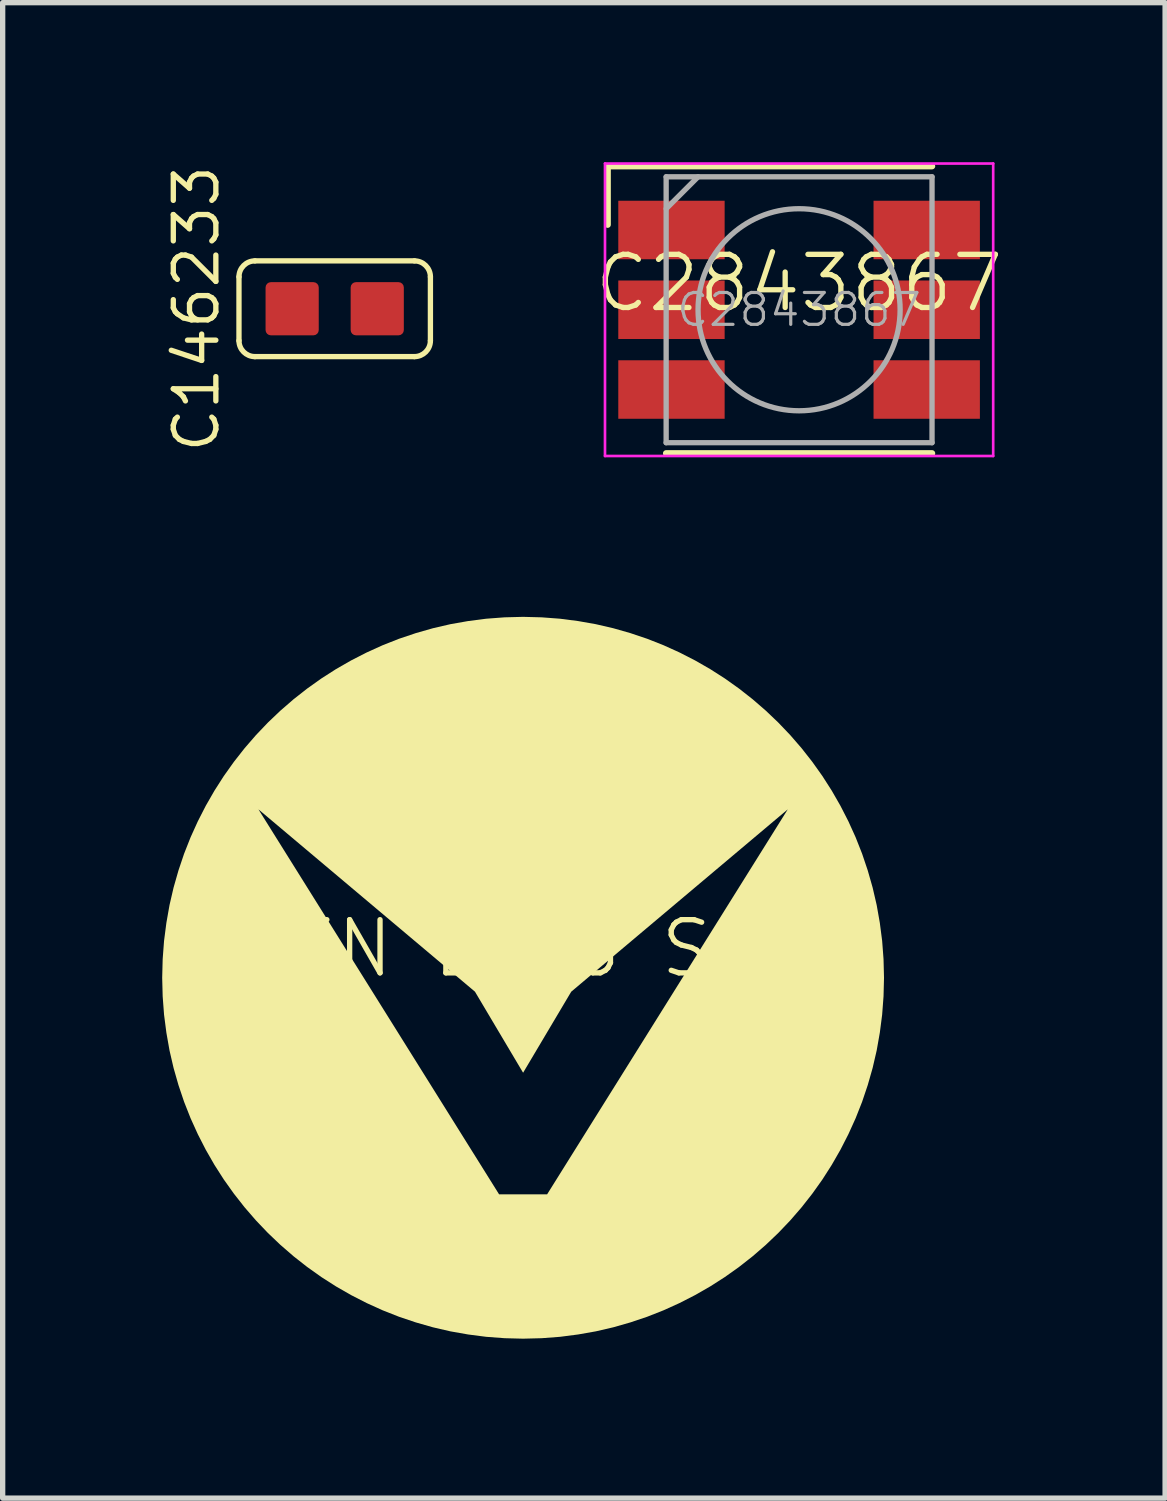
<source format=kicad_pcb>
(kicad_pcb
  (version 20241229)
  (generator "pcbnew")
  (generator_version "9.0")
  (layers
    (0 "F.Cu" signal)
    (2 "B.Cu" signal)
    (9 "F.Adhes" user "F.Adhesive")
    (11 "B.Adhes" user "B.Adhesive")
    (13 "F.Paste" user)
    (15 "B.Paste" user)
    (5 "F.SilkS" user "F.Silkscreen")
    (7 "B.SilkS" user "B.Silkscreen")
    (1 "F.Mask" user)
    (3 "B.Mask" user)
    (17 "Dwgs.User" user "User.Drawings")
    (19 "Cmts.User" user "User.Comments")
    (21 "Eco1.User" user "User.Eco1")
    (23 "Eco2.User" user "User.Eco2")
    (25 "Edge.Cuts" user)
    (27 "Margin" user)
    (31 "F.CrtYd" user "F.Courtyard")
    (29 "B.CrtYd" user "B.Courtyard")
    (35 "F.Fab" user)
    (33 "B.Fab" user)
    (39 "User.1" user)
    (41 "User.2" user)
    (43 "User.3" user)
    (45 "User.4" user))
  (footprint "C2843867"
    (layer "F.Cu")
    (at 11.977 2.775)
    (property "Reference" "C2843867" (at 0 -0.5 0) (unlocked yes) (layer "F.SilkS") (effects (font (size 1 1) (thickness 0.1))))
    (attr smd)
    (fp_line (start -3.6 -2.7) (end 2.5 -2.7) (stroke (width 0.12) (type solid)) (layer "F.SilkS"))
    (fp_line (start -3.6 -1.6) (end -3.6 -2.7) (stroke (width 0.12) (type solid)) (layer "F.SilkS"))
    (fp_line (start 2.5 2.7) (end -2.5 2.7) (stroke (width 0.12) (type solid)) (layer "F.SilkS"))
    (fp_line (start -3.65 -2.75) (end -3.65 2.75) (stroke (width 0.05) (type solid)) (layer "F.CrtYd"))
    (fp_line (start -3.65 2.75) (end 3.65 2.75) (stroke (width 0.05) (type solid)) (layer "F.CrtYd"))
    (fp_line (start 3.65 -2.75) (end -3.65 -2.75) (stroke (width 0.05) (type solid)) (layer "F.CrtYd"))
    (fp_line (start 3.65 2.75) (end 3.65 -2.75) (stroke (width 0.05) (type solid)) (layer "F.CrtYd"))
    (fp_line (start -2.5 -2.5) (end -2.5 2.5) (stroke (width 0.1) (type solid)) (layer "F.Fab"))
    (fp_line (start -2.5 -1.9) (end -1.9 -2.5) (stroke (width 0.1) (type solid)) (layer "F.Fab"))
    (fp_line (start -2.5 2.5) (end 2.5 2.5) (stroke (width 0.1) (type solid)) (layer "F.Fab"))
    (fp_line (start 2.5 -2.5) (end -2.5 -2.5) (stroke (width 0.1) (type solid)) (layer "F.Fab"))
    (fp_line (start 2.5 2.5) (end 2.5 -2.5) (stroke (width 0.1) (type solid)) (layer "F.Fab"))
    (fp_circle (center 0 0) (end 0 -1.9) (stroke (width 0.1) (type solid)) (fill no) (layer "F.Fab"))
    (fp_text user "${REFERENCE}" (at 0 0 0) (layer "F.Fab") (effects (font (size 0.6 0.6) (thickness 0.06))))
    (pad "1" smd rect (at 2.4 -1.5 90) (size 1.1 2) (layers "F.Cu" "F.Mask" "F.Paste"))
    (pad "2" smd rect (at 2.4 0 90) (size 1.1 2) (layers "F.Cu" "F.Mask" "F.Paste"))
    (pad "3" smd rect (at 2.4 1.5 90) (size 1.1 2) (layers "F.Cu" "F.Mask" "F.Paste"))
    (pad "4" smd rect (at -2.4 -1.5 90) (size 1.1 2) (layers "F.Cu" "F.Mask" "F.Paste"))
    (pad "5" smd rect (at -2.4 0 90) (size 1.1 2) (layers "F.Cu" "F.Mask" "F.Paste"))
    (pad "6" smd rect (at -2.4 1.5 90) (size 1.1 2) (layers "F.Cu" "F.Mask" "F.Paste")))
  (footprint "C146233"
    (layer "F.Cu")
    (at 3.244 2.756)
    (property "Reference" "C146233" (at -2.6 0 90) (unlocked yes) (layer "F.SilkS") (effects (font (size 0.8 0.8) (thickness 0.1))))
    (attr smd)
    (fp_line (start -1.8 0.6) (end -1.8 -0.6) (stroke (width 0.1) (type default)) (layer "F.SilkS"))
    (fp_line (start -1.5 -0.9) (end 1.5 -0.9) (stroke (width 0.1) (type default)) (layer "F.SilkS"))
    (fp_line (start -1.5 0.9) (end 1.5 0.9) (stroke (width 0.1) (type default)) (layer "F.SilkS"))
    (fp_line (start 1.8 -0.6) (end 1.8 0.6) (stroke (width 0.1) (type default)) (layer "F.SilkS"))
    (fp_arc (start -1.8 -0.6) (mid -1.712132 -0.812132) (end -1.5 -0.9) (stroke (width 0.1) (type default)) (layer "F.SilkS"))
    (fp_arc (start -1.5 0.9) (mid -1.712132 0.812132) (end -1.8 0.6) (stroke (width 0.1) (type default)) (layer "F.SilkS"))
    (fp_arc (start 1.5 -0.9) (mid 1.712132 -0.812132) (end 1.8 -0.6) (stroke (width 0.1) (type default)) (layer "F.SilkS"))
    (fp_arc (start 1.8 0.6) (mid 1.712132 0.812132) (end 1.5 0.9) (stroke (width 0.1) (type default)) (layer "F.SilkS"))
    (pad "1" smd roundrect (at -0.8 0) (size 1 1) (layers "F.Cu" "F.Mask") (roundrect_rratio 0.1))
    (pad "2" smd roundrect (at 0.8 0) (size 1 1) (layers "F.Cu" "F.Mask") (roundrect_rratio 0.1)))
  (footprint "SEN Logo Silk"
    (layer "F.Cu")
    (at 6.787 15.287)
    (property "Reference" "SEN Logo Silk" (at 0 -0.5 0) (unlocked yes) (layer "F.SilkS") (effects (font (size 1 1) (thickness 0.1))))
    (attr smd)
    (fp_poly (pts (xy 0.349 -6.728) (xy 0.694 -6.702) (xy 1.034 -6.658) (xy 1.368 -6.599) (xy 1.696 -6.523) (xy 2.018 -6.431) (xy 2.333 -6.325) (xy 2.642 -6.203) (xy 2.942 -6.067) (xy 3.235 -5.917) (xy 3.519 -5.754) (xy 3.794 -5.578) (xy 4.061 -5.388) (xy 4.317 -5.187) (xy 4.563 -4.974) (xy 4.799 -4.749) (xy 5.024 -4.513) (xy 5.237 -4.267) (xy 5.438 -4.011) (xy 5.628 -3.744) (xy 5.804 -3.469) (xy 5.967 -3.185) (xy 6.117 -2.892) (xy 6.253 -2.592) (xy 6.375 -2.283) (xy 6.481 -1.968) (xy 6.573 -1.646) (xy 6.649 -1.318) (xy 6.708 -0.984) (xy 6.752 -0.644) (xy 6.778 -0.299) (xy 6.787 0.05) (xy 6.778 0.399) (xy 6.752 0.744) (xy 6.708 1.084) (xy 6.649 1.418) (xy 6.573 1.746) (xy 6.481 2.068) (xy 6.375 2.383) (xy 6.253 2.692) (xy 6.117 2.992) (xy 5.967 3.285) (xy 5.804 3.569) (xy 5.628 3.844) (xy 5.438 4.111) (xy 5.237 4.367) (xy 5.024 4.613) (xy 4.799 4.849) (xy 4.563 5.074) (xy 4.317 5.287) (xy 4.061 5.488) (xy 3.794 5.678) (xy 3.519 5.854) (xy 3.235 6.017) (xy 2.942 6.167) (xy 2.642 6.303) (xy 2.333 6.425) (xy 2.018 6.531) (xy 1.696 6.623) (xy 1.368 6.699) (xy 1.034 6.758) (xy 0.694 6.802) (xy 0.349 6.828) (xy 0.000001 6.837) (xy -0.349 6.828) (xy -0.694 6.802) (xy -1.034 6.758) (xy -1.368 6.699) (xy -1.696 6.623) (xy -2.018 6.531) (xy -2.333 6.425) (xy -2.642 6.303) (xy -2.942 6.167) (xy -3.235 6.017) (xy -3.519 5.854) (xy -3.794 5.678) (xy -4.061 5.488) (xy -4.317 5.287) (xy -4.563 5.074) (xy -4.799 4.849) (xy -5.024 4.613) (xy -5.237 4.367) (xy -5.438 4.111) (xy -5.628 3.844) (xy -5.804 3.569) (xy -5.967 3.285) (xy -6.117 2.992) (xy -6.253 2.692) (xy -6.375 2.383) (xy -6.481 2.068) (xy -6.573 1.746) (xy -6.649 1.418) (xy -6.708 1.084) (xy -6.752 0.744) (xy -6.778 0.399) (xy -6.787 0.05) (xy -6.778 -0.299) (xy -6.752 -0.644) (xy -6.708 -0.984) (xy -6.649 -1.318) (xy -6.573 -1.646) (xy -6.481 -1.968) (xy -6.375 -2.283) (xy -6.253 -2.592) (xy -6.117 -2.892) (xy -6.002 -3.117) (xy -4.977 -3.117) (xy -0.452 4.122) (xy 0.452 4.122) (xy 4.977 -3.117) (xy 0.905 0.312) (xy 0.000001 1.836) (xy -0.905 0.312) (xy -4.977 -3.117) (xy -6.002 -3.117) (xy -5.967 -3.185) (xy -5.804 -3.469) (xy -5.628 -3.744) (xy -5.438 -4.011) (xy -5.237 -4.267) (xy -5.024 -4.513) (xy -4.799 -4.749) (xy -4.563 -4.974) (xy -4.317 -5.187) (xy -4.061 -5.388) (xy -3.794 -5.578) (xy -3.519 -5.754) (xy -3.235 -5.917) (xy -2.942 -6.067) (xy -2.642 -6.203) (xy -2.333 -6.325) (xy -2.018 -6.431) (xy -1.696 -6.523) (xy -1.368 -6.599) (xy -1.034 -6.658) (xy -0.694 -6.702) (xy -0.349 -6.728) (xy 0.000001 -6.737)) (stroke (width 0) (type solid)) (fill yes) (layer "F.SilkS")))
  (gr_rect
    (start -3 -3)
    (end 18.86 25.123)
    (stroke (width 0.1) (type default))
    (fill no)
    (layer "Edge.Cuts")))
</source>
